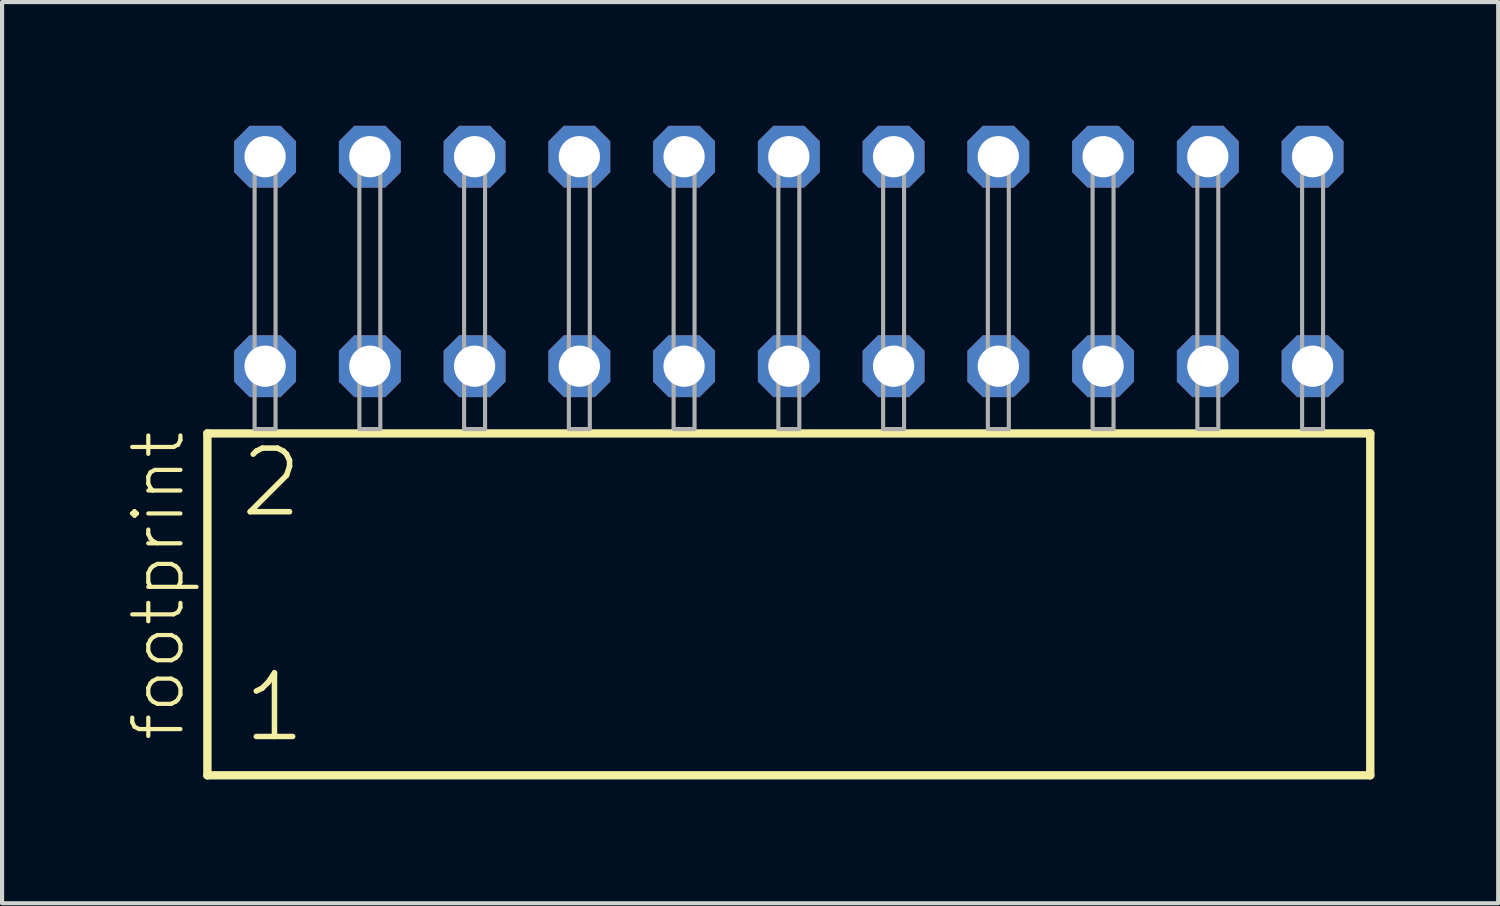
<source format=kicad_pcb>
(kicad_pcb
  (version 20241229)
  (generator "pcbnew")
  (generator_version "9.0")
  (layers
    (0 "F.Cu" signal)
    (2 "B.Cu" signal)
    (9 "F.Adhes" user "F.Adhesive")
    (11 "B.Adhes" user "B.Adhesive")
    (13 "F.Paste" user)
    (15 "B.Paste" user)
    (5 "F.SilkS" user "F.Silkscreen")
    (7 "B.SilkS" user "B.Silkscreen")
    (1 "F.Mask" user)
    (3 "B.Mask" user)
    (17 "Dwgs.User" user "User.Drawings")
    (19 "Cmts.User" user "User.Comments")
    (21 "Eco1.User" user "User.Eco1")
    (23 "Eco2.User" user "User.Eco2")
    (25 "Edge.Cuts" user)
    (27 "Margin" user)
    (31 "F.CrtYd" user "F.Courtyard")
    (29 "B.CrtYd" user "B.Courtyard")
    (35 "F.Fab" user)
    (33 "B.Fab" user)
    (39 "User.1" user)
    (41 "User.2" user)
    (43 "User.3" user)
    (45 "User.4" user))
  (footprint "footprint"
    (layer "F.Cu")
    (at 16.078 7.354)
    (property "Reference" "footprint" (at -14.605 7.62 90) (layer "F.SilkS") (effects (font (size 1.168 1.168) (thickness 0.102)) (justify left bottom)))
    (fp_line (start -14.099 0.106) (end -14.099 8.396) (stroke (width 0.203) (type solid)) (layer "F.SilkS"))
    (fp_line (start -14.099 8.396) (end 14.099 8.396) (stroke (width 0.203) (type solid)) (layer "F.SilkS"))
    (fp_line (start 14.099 0.106) (end -14.099 0.106) (stroke (width 0.203) (type solid)) (layer "F.SilkS"))
    (fp_line (start 14.099 8.396) (end 14.099 0.106) (stroke (width 0.203) (type solid)) (layer "F.SilkS"))
    (fp_poly (pts (xy -12.954 0) (xy -12.446 0) (xy -12.446 -6.858) (xy -12.954 -6.858)) (stroke (width 0.1) (type solid)) (fill no) (layer "F.Fab"))
    (fp_poly (pts (xy -10.414 0) (xy -9.906 0) (xy -9.906 -6.858) (xy -10.414 -6.858)) (stroke (width 0.1) (type solid)) (fill no) (layer "F.Fab"))
    (fp_poly (pts (xy -7.874 0) (xy -7.366 0) (xy -7.366 -6.858) (xy -7.874 -6.858)) (stroke (width 0.1) (type solid)) (fill no) (layer "F.Fab"))
    (fp_poly (pts (xy -5.334 0) (xy -4.826 0) (xy -4.826 -6.858) (xy -5.334 -6.858)) (stroke (width 0.1) (type solid)) (fill no) (layer "F.Fab"))
    (fp_poly (pts (xy -2.794 0) (xy -2.286 0) (xy -2.286 -6.858) (xy -2.794 -6.858)) (stroke (width 0.1) (type solid)) (fill no) (layer "F.Fab"))
    (fp_poly (pts (xy -0.254 0) (xy 0.254 0) (xy 0.254 -6.858) (xy -0.254 -6.858)) (stroke (width 0.1) (type solid)) (fill no) (layer "F.Fab"))
    (fp_poly (pts (xy 2.286 0) (xy 2.794 0) (xy 2.794 -6.858) (xy 2.286 -6.858)) (stroke (width 0.1) (type solid)) (fill no) (layer "F.Fab"))
    (fp_poly (pts (xy 4.826 0) (xy 5.334 0) (xy 5.334 -6.858) (xy 4.826 -6.858)) (stroke (width 0.1) (type solid)) (fill no) (layer "F.Fab"))
    (fp_poly (pts (xy 7.366 0) (xy 7.874 0) (xy 7.874 -6.858) (xy 7.366 -6.858)) (stroke (width 0.1) (type solid)) (fill no) (layer "F.Fab"))
    (fp_poly (pts (xy 9.906 0) (xy 10.414 0) (xy 10.414 -6.858) (xy 9.906 -6.858)) (stroke (width 0.1) (type solid)) (fill no) (layer "F.Fab"))
    (fp_poly (pts (xy 12.446 0) (xy 12.954 0) (xy 12.954 -6.858) (xy 12.446 -6.858)) (stroke (width 0.1) (type solid)) (fill no) (layer "F.Fab"))
    (fp_text user "1" (at -13.295 7.65 0) (layer "F.SilkS") (effects (font (size 1.542 1.542) (thickness 0.134)) (justify left bottom)))
    (fp_text user "2" (at -13.37 2.2 0) (layer "F.SilkS") (effects (font (size 1.542 1.542) (thickness 0.134)) (justify left bottom)))
    (pad "1" thru_hole roundrect (at -12.7 -1.524) (size 1.5 1.5) (drill 1) (layers "*.Cu" "*.Mask") (roundrect_rratio 0.25) (chamfer_ratio 0.25) (chamfer top_left top_right bottom_left bottom_right))
    (pad "2" thru_hole roundrect (at -12.7 -6.604) (size 1.5 1.5) (drill 1) (layers "*.Cu" "*.Mask") (roundrect_rratio 0.25) (chamfer_ratio 0.25) (chamfer top_left top_right bottom_left bottom_right))
    (pad "3" thru_hole roundrect (at -10.16 -1.524) (size 1.5 1.5) (drill 1) (layers "*.Cu" "*.Mask") (roundrect_rratio 0.25) (chamfer_ratio 0.25) (chamfer top_left top_right bottom_left bottom_right))
    (pad "4" thru_hole roundrect (at -10.16 -6.604) (size 1.5 1.5) (drill 1) (layers "*.Cu" "*.Mask") (roundrect_rratio 0.25) (chamfer_ratio 0.25) (chamfer top_left top_right bottom_left bottom_right))
    (pad "5" thru_hole roundrect (at -7.62 -1.524) (size 1.5 1.5) (drill 1) (layers "*.Cu" "*.Mask") (roundrect_rratio 0.25) (chamfer_ratio 0.25) (chamfer top_left top_right bottom_left bottom_right))
    (pad "6" thru_hole roundrect (at -7.62 -6.604) (size 1.5 1.5) (drill 1) (layers "*.Cu" "*.Mask") (roundrect_rratio 0.25) (chamfer_ratio 0.25) (chamfer top_left top_right bottom_left bottom_right))
    (pad "7" thru_hole roundrect (at -5.08 -1.524) (size 1.5 1.5) (drill 1) (layers "*.Cu" "*.Mask") (roundrect_rratio 0.25) (chamfer_ratio 0.25) (chamfer top_left top_right bottom_left bottom_right))
    (pad "8" thru_hole roundrect (at -5.08 -6.604) (size 1.5 1.5) (drill 1) (layers "*.Cu" "*.Mask") (roundrect_rratio 0.25) (chamfer_ratio 0.25) (chamfer top_left top_right bottom_left bottom_right))
    (pad "9" thru_hole roundrect (at -2.54 -1.524) (size 1.5 1.5) (drill 1) (layers "*.Cu" "*.Mask") (roundrect_rratio 0.25) (chamfer_ratio 0.25) (chamfer top_left top_right bottom_left bottom_right))
    (pad "10" thru_hole roundrect (at -2.54 -6.604) (size 1.5 1.5) (drill 1) (layers "*.Cu" "*.Mask") (roundrect_rratio 0.25) (chamfer_ratio 0.25) (chamfer top_left top_right bottom_left bottom_right))
    (pad "11" thru_hole roundrect (at 0 -1.524) (size 1.5 1.5) (drill 1) (layers "*.Cu" "*.Mask") (roundrect_rratio 0.25) (chamfer_ratio 0.25) (chamfer top_left top_right bottom_left bottom_right))
    (pad "12" thru_hole roundrect (at 0 -6.604) (size 1.5 1.5) (drill 1) (layers "*.Cu" "*.Mask") (roundrect_rratio 0.25) (chamfer_ratio 0.25) (chamfer top_left top_right bottom_left bottom_right))
    (pad "13" thru_hole roundrect (at 2.54 -1.524) (size 1.5 1.5) (drill 1) (layers "*.Cu" "*.Mask") (roundrect_rratio 0.25) (chamfer_ratio 0.25) (chamfer top_left top_right bottom_left bottom_right))
    (pad "14" thru_hole roundrect (at 2.54 -6.604) (size 1.5 1.5) (drill 1) (layers "*.Cu" "*.Mask") (roundrect_rratio 0.25) (chamfer_ratio 0.25) (chamfer top_left top_right bottom_left bottom_right))
    (pad "15" thru_hole roundrect (at 5.08 -1.524) (size 1.5 1.5) (drill 1) (layers "*.Cu" "*.Mask") (roundrect_rratio 0.25) (chamfer_ratio 0.25) (chamfer top_left top_right bottom_left bottom_right))
    (pad "16" thru_hole roundrect (at 5.08 -6.604) (size 1.5 1.5) (drill 1) (layers "*.Cu" "*.Mask") (roundrect_rratio 0.25) (chamfer_ratio 0.25) (chamfer top_left top_right bottom_left bottom_right))
    (pad "17" thru_hole roundrect (at 7.62 -1.524) (size 1.5 1.5) (drill 1) (layers "*.Cu" "*.Mask") (roundrect_rratio 0.25) (chamfer_ratio 0.25) (chamfer top_left top_right bottom_left bottom_right))
    (pad "18" thru_hole roundrect (at 7.62 -6.604) (size 1.5 1.5) (drill 1) (layers "*.Cu" "*.Mask") (roundrect_rratio 0.25) (chamfer_ratio 0.25) (chamfer top_left top_right bottom_left bottom_right))
    (pad "19" thru_hole roundrect (at 10.16 -1.524) (size 1.5 1.5) (drill 1) (layers "*.Cu" "*.Mask") (roundrect_rratio 0.25) (chamfer_ratio 0.25) (chamfer top_left top_right bottom_left bottom_right))
    (pad "20" thru_hole roundrect (at 10.16 -6.604) (size 1.5 1.5) (drill 1) (layers "*.Cu" "*.Mask") (roundrect_rratio 0.25) (chamfer_ratio 0.25) (chamfer top_left top_right bottom_left bottom_right))
    (pad "21" thru_hole roundrect (at 12.7 -1.524) (size 1.5 1.5) (drill 1) (layers "*.Cu" "*.Mask") (roundrect_rratio 0.25) (chamfer_ratio 0.25) (chamfer top_left top_right bottom_left bottom_right))
    (pad "22" thru_hole roundrect (at 12.7 -6.604) (size 1.5 1.5) (drill 1) (layers "*.Cu" "*.Mask") (roundrect_rratio 0.25) (chamfer_ratio 0.25) (chamfer top_left top_right bottom_left bottom_right)))
  (gr_rect
    (start -3 -3)
    (end 33.279 18.852)
    (stroke (width 0.1) (type default))
    (fill no)
    (layer "Edge.Cuts")))
</source>
